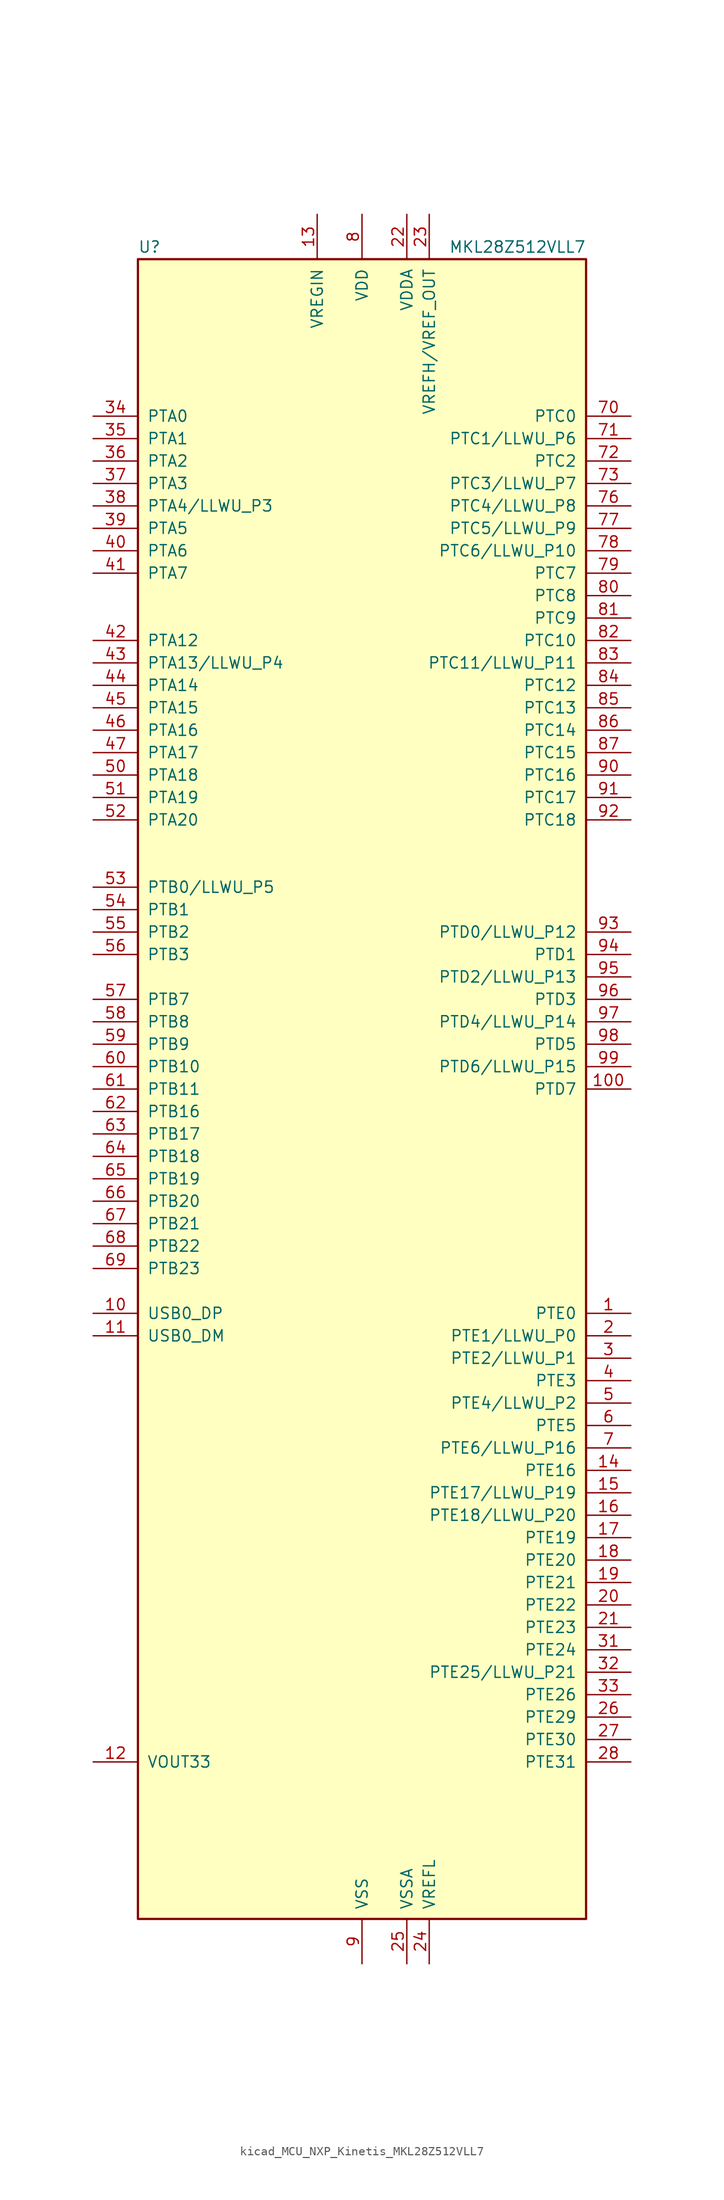
<source format=kicad_sym>
(kicad_symbol_lib
  (version 20220914)
  (generator kicad_symbol_editor)
  (symbol "kicad_MCU_NXP_Kinetis_MKL28Z512VLL7"
    (pin_names
      (offset 1.016))
    (property "Reference" "U"
      (at -25.4 94.615 0)
      (effects (font (size 1.27 1.27)) (justify left bottom)))
    (property "Value" "MKL28Z512VLL7"
      (at 25.4 94.615 0)
      (effects (font (size 1.27 1.27)) (justify right bottom)))
    (symbol "kicad_MCU_NXP_Kinetis_MKL28Z512VLL7_0_1"
      (rectangle (start -25.4 93.98) (end 25.4 -93.98) (stroke (width 0.254) (type default)) (fill (type background))))
    (symbol "kicad_MCU_NXP_Kinetis_MKL28Z512VLL7_1_1"
      (pin bidirectional line (at 30.48 -25.4 180) (length 5.08) (name "PTE0" (effects (font (size 1.27 1.27)))) (number "1" (effects (font (size 1.27 1.27)))))
      (pin bidirectional line (at -30.48 -25.4 0) (length 5.08) (name "USB0_DP" (effects (font (size 1.27 1.27)))) (number "10" (effects (font (size 1.27 1.27)))))
      (pin bidirectional line (at 30.48 0 180) (length 5.08) (name "PTD7" (effects (font (size 1.27 1.27)))) (number "100" (effects (font (size 1.27 1.27)))))
      (pin bidirectional line (at -30.48 -27.94 0) (length 5.08) (name "USB0_DM" (effects (font (size 1.27 1.27)))) (number "11" (effects (font (size 1.27 1.27)))))
      (pin power_out line (at -30.48 -76.2 0) (length 5.08) (name "VOUT33" (effects (font (size 1.27 1.27)))) (number "12" (effects (font (size 1.27 1.27)))))
      (pin power_in line (at -5.08 99.06 270) (length 5.08) (name "VREGIN" (effects (font (size 1.27 1.27)))) (number "13" (effects (font (size 1.27 1.27)))))
      (pin bidirectional line (at 30.48 -43.18 180) (length 5.08) (name "PTE16" (effects (font (size 1.27 1.27)))) (number "14" (effects (font (size 1.27 1.27)))))
      (pin bidirectional line (at 30.48 -45.72 180) (length 5.08) (name "PTE17/LLWU_P19" (effects (font (size 1.27 1.27)))) (number "15" (effects (font (size 1.27 1.27)))))
      (pin bidirectional line (at 30.48 -48.26 180) (length 5.08) (name "PTE18/LLWU_P20" (effects (font (size 1.27 1.27)))) (number "16" (effects (font (size 1.27 1.27)))))
      (pin bidirectional line (at 30.48 -50.8 180) (length 5.08) (name "PTE19" (effects (font (size 1.27 1.27)))) (number "17" (effects (font (size 1.27 1.27)))))
      (pin bidirectional line (at 30.48 -53.34 180) (length 5.08) (name "PTE20" (effects (font (size 1.27 1.27)))) (number "18" (effects (font (size 1.27 1.27)))))
      (pin bidirectional line (at 30.48 -55.88 180) (length 5.08) (name "PTE21" (effects (font (size 1.27 1.27)))) (number "19" (effects (font (size 1.27 1.27)))))
      (pin bidirectional line (at 30.48 -27.94 180) (length 5.08) (name "PTE1/LLWU_P0" (effects (font (size 1.27 1.27)))) (number "2" (effects (font (size 1.27 1.27)))))
      (pin bidirectional line (at 30.48 -58.42 180) (length 5.08) (name "PTE22" (effects (font (size 1.27 1.27)))) (number "20" (effects (font (size 1.27 1.27)))))
      (pin bidirectional line (at 30.48 -60.96 180) (length 5.08) (name "PTE23" (effects (font (size 1.27 1.27)))) (number "21" (effects (font (size 1.27 1.27)))))
      (pin power_in line (at 5.08 99.06 270) (length 5.08) (name "VDDA" (effects (font (size 1.27 1.27)))) (number "22" (effects (font (size 1.27 1.27)))))
      (pin power_in line (at 7.62 99.06 270) (length 5.08) (name "VREFH/VREF_OUT" (effects (font (size 1.27 1.27)))) (number "23" (effects (font (size 1.27 1.27)))))
      (pin power_in line (at 7.62 -99.06 90) (length 5.08) (name "VREFL" (effects (font (size 1.27 1.27)))) (number "24" (effects (font (size 1.27 1.27)))))
      (pin power_in line (at 5.08 -99.06 90) (length 5.08) (name "VSSA" (effects (font (size 1.27 1.27)))) (number "25" (effects (font (size 1.27 1.27)))))
      (pin bidirectional line (at 30.48 -71.12 180) (length 5.08) (name "PTE29" (effects (font (size 1.27 1.27)))) (number "26" (effects (font (size 1.27 1.27)))))
      (pin bidirectional line (at 30.48 -73.66 180) (length 5.08) (name "PTE30" (effects (font (size 1.27 1.27)))) (number "27" (effects (font (size 1.27 1.27)))))
      (pin bidirectional line (at 30.48 -76.2 180) (length 5.08) (name "PTE31" (effects (font (size 1.27 1.27)))) (number "28" (effects (font (size 1.27 1.27)))))
      (pin passive line (at 0 -99.06 90) (length 5.08) hide (name "VSS" (effects (font (size 1.27 1.27)))) (number "29" (effects (font (size 1.27 1.27)))))
      (pin bidirectional line (at 30.48 -30.48 180) (length 5.08) (name "PTE2/LLWU_P1" (effects (font (size 1.27 1.27)))) (number "3" (effects (font (size 1.27 1.27)))))
      (pin passive line (at 0 99.06 270) (length 5.08) hide (name "VDD" (effects (font (size 1.27 1.27)))) (number "30" (effects (font (size 1.27 1.27)))))
      (pin bidirectional line (at 30.48 -63.5 180) (length 5.08) (name "PTE24" (effects (font (size 1.27 1.27)))) (number "31" (effects (font (size 1.27 1.27)))))
      (pin bidirectional line (at 30.48 -66.04 180) (length 5.08) (name "PTE25/LLWU_P21" (effects (font (size 1.27 1.27)))) (number "32" (effects (font (size 1.27 1.27)))))
      (pin bidirectional line (at 30.48 -68.58 180) (length 5.08) (name "PTE26" (effects (font (size 1.27 1.27)))) (number "33" (effects (font (size 1.27 1.27)))))
      (pin bidirectional line (at -30.48 76.2 0) (length 5.08) (name "PTA0" (effects (font (size 1.27 1.27)))) (number "34" (effects (font (size 1.27 1.27)))))
      (pin bidirectional line (at -30.48 73.66 0) (length 5.08) (name "PTA1" (effects (font (size 1.27 1.27)))) (number "35" (effects (font (size 1.27 1.27)))))
      (pin bidirectional line (at -30.48 71.12 0) (length 5.08) (name "PTA2" (effects (font (size 1.27 1.27)))) (number "36" (effects (font (size 1.27 1.27)))))
      (pin bidirectional line (at -30.48 68.58 0) (length 5.08) (name "PTA3" (effects (font (size 1.27 1.27)))) (number "37" (effects (font (size 1.27 1.27)))))
      (pin bidirectional line (at -30.48 66.04 0) (length 5.08) (name "PTA4/LLWU_P3" (effects (font (size 1.27 1.27)))) (number "38" (effects (font (size 1.27 1.27)))))
      (pin bidirectional line (at -30.48 63.5 0) (length 5.08) (name "PTA5" (effects (font (size 1.27 1.27)))) (number "39" (effects (font (size 1.27 1.27)))))
      (pin bidirectional line (at 30.48 -33.02 180) (length 5.08) (name "PTE3" (effects (font (size 1.27 1.27)))) (number "4" (effects (font (size 1.27 1.27)))))
      (pin bidirectional line (at -30.48 60.96 0) (length 5.08) (name "PTA6" (effects (font (size 1.27 1.27)))) (number "40" (effects (font (size 1.27 1.27)))))
      (pin bidirectional line (at -30.48 58.42 0) (length 5.08) (name "PTA7" (effects (font (size 1.27 1.27)))) (number "41" (effects (font (size 1.27 1.27)))))
      (pin bidirectional line (at -30.48 50.8 0) (length 5.08) (name "PTA12" (effects (font (size 1.27 1.27)))) (number "42" (effects (font (size 1.27 1.27)))))
      (pin bidirectional line (at -30.48 48.26 0) (length 5.08) (name "PTA13/LLWU_P4" (effects (font (size 1.27 1.27)))) (number "43" (effects (font (size 1.27 1.27)))))
      (pin bidirectional line (at -30.48 45.72 0) (length 5.08) (name "PTA14" (effects (font (size 1.27 1.27)))) (number "44" (effects (font (size 1.27 1.27)))))
      (pin bidirectional line (at -30.48 43.18 0) (length 5.08) (name "PTA15" (effects (font (size 1.27 1.27)))) (number "45" (effects (font (size 1.27 1.27)))))
      (pin bidirectional line (at -30.48 40.64 0) (length 5.08) (name "PTA16" (effects (font (size 1.27 1.27)))) (number "46" (effects (font (size 1.27 1.27)))))
      (pin bidirectional line (at -30.48 38.1 0) (length 5.08) (name "PTA17" (effects (font (size 1.27 1.27)))) (number "47" (effects (font (size 1.27 1.27)))))
      (pin passive line (at 0 99.06 270) (length 5.08) hide (name "VDD" (effects (font (size 1.27 1.27)))) (number "48" (effects (font (size 1.27 1.27)))))
      (pin passive line (at 0 -99.06 90) (length 5.08) hide (name "VSS" (effects (font (size 1.27 1.27)))) (number "49" (effects (font (size 1.27 1.27)))))
      (pin bidirectional line (at 30.48 -35.56 180) (length 5.08) (name "PTE4/LLWU_P2" (effects (font (size 1.27 1.27)))) (number "5" (effects (font (size 1.27 1.27)))))
      (pin bidirectional line (at -30.48 35.56 0) (length 5.08) (name "PTA18" (effects (font (size 1.27 1.27)))) (number "50" (effects (font (size 1.27 1.27)))))
      (pin bidirectional line (at -30.48 33.02 0) (length 5.08) (name "PTA19" (effects (font (size 1.27 1.27)))) (number "51" (effects (font (size 1.27 1.27)))))
      (pin bidirectional line (at -30.48 30.48 0) (length 5.08) (name "PTA20" (effects (font (size 1.27 1.27)))) (number "52" (effects (font (size 1.27 1.27)))))
      (pin bidirectional line (at -30.48 22.86 0) (length 5.08) (name "PTB0/LLWU_P5" (effects (font (size 1.27 1.27)))) (number "53" (effects (font (size 1.27 1.27)))))
      (pin bidirectional line (at -30.48 20.32 0) (length 5.08) (name "PTB1" (effects (font (size 1.27 1.27)))) (number "54" (effects (font (size 1.27 1.27)))))
      (pin bidirectional line (at -30.48 17.78 0) (length 5.08) (name "PTB2" (effects (font (size 1.27 1.27)))) (number "55" (effects (font (size 1.27 1.27)))))
      (pin bidirectional line (at -30.48 15.24 0) (length 5.08) (name "PTB3" (effects (font (size 1.27 1.27)))) (number "56" (effects (font (size 1.27 1.27)))))
      (pin bidirectional line (at -30.48 10.16 0) (length 5.08) (name "PTB7" (effects (font (size 1.27 1.27)))) (number "57" (effects (font (size 1.27 1.27)))))
      (pin bidirectional line (at -30.48 7.62 0) (length 5.08) (name "PTB8" (effects (font (size 1.27 1.27)))) (number "58" (effects (font (size 1.27 1.27)))))
      (pin bidirectional line (at -30.48 5.08 0) (length 5.08) (name "PTB9" (effects (font (size 1.27 1.27)))) (number "59" (effects (font (size 1.27 1.27)))))
      (pin bidirectional line (at 30.48 -38.1 180) (length 5.08) (name "PTE5" (effects (font (size 1.27 1.27)))) (number "6" (effects (font (size 1.27 1.27)))))
      (pin bidirectional line (at -30.48 2.54 0) (length 5.08) (name "PTB10" (effects (font (size 1.27 1.27)))) (number "60" (effects (font (size 1.27 1.27)))))
      (pin bidirectional line (at -30.48 0 0) (length 5.08) (name "PTB11" (effects (font (size 1.27 1.27)))) (number "61" (effects (font (size 1.27 1.27)))))
      (pin bidirectional line (at -30.48 -2.54 0) (length 5.08) (name "PTB16" (effects (font (size 1.27 1.27)))) (number "62" (effects (font (size 1.27 1.27)))))
      (pin bidirectional line (at -30.48 -5.08 0) (length 5.08) (name "PTB17" (effects (font (size 1.27 1.27)))) (number "63" (effects (font (size 1.27 1.27)))))
      (pin bidirectional line (at -30.48 -7.62 0) (length 5.08) (name "PTB18" (effects (font (size 1.27 1.27)))) (number "64" (effects (font (size 1.27 1.27)))))
      (pin bidirectional line (at -30.48 -10.16 0) (length 5.08) (name "PTB19" (effects (font (size 1.27 1.27)))) (number "65" (effects (font (size 1.27 1.27)))))
      (pin bidirectional line (at -30.48 -12.7 0) (length 5.08) (name "PTB20" (effects (font (size 1.27 1.27)))) (number "66" (effects (font (size 1.27 1.27)))))
      (pin bidirectional line (at -30.48 -15.24 0) (length 5.08) (name "PTB21" (effects (font (size 1.27 1.27)))) (number "67" (effects (font (size 1.27 1.27)))))
      (pin bidirectional line (at -30.48 -17.78 0) (length 5.08) (name "PTB22" (effects (font (size 1.27 1.27)))) (number "68" (effects (font (size 1.27 1.27)))))
      (pin bidirectional line (at -30.48 -20.32 0) (length 5.08) (name "PTB23" (effects (font (size 1.27 1.27)))) (number "69" (effects (font (size 1.27 1.27)))))
      (pin bidirectional line (at 30.48 -40.64 180) (length 5.08) (name "PTE6/LLWU_P16" (effects (font (size 1.27 1.27)))) (number "7" (effects (font (size 1.27 1.27)))))
      (pin bidirectional line (at 30.48 76.2 180) (length 5.08) (name "PTC0" (effects (font (size 1.27 1.27)))) (number "70" (effects (font (size 1.27 1.27)))))
      (pin bidirectional line (at 30.48 73.66 180) (length 5.08) (name "PTC1/LLWU_P6" (effects (font (size 1.27 1.27)))) (number "71" (effects (font (size 1.27 1.27)))))
      (pin bidirectional line (at 30.48 71.12 180) (length 5.08) (name "PTC2" (effects (font (size 1.27 1.27)))) (number "72" (effects (font (size 1.27 1.27)))))
      (pin bidirectional line (at 30.48 68.58 180) (length 5.08) (name "PTC3/LLWU_P7" (effects (font (size 1.27 1.27)))) (number "73" (effects (font (size 1.27 1.27)))))
      (pin passive line (at 0 -99.06 90) (length 5.08) hide (name "VSS" (effects (font (size 1.27 1.27)))) (number "74" (effects (font (size 1.27 1.27)))))
      (pin passive line (at 0 99.06 270) (length 5.08) hide (name "VDD" (effects (font (size 1.27 1.27)))) (number "75" (effects (font (size 1.27 1.27)))))
      (pin bidirectional line (at 30.48 66.04 180) (length 5.08) (name "PTC4/LLWU_P8" (effects (font (size 1.27 1.27)))) (number "76" (effects (font (size 1.27 1.27)))))
      (pin bidirectional line (at 30.48 63.5 180) (length 5.08) (name "PTC5/LLWU_P9" (effects (font (size 1.27 1.27)))) (number "77" (effects (font (size 1.27 1.27)))))
      (pin bidirectional line (at 30.48 60.96 180) (length 5.08) (name "PTC6/LLWU_P10" (effects (font (size 1.27 1.27)))) (number "78" (effects (font (size 1.27 1.27)))))
      (pin bidirectional line (at 30.48 58.42 180) (length 5.08) (name "PTC7" (effects (font (size 1.27 1.27)))) (number "79" (effects (font (size 1.27 1.27)))))
      (pin power_in line (at 0 99.06 270) (length 5.08) (name "VDD" (effects (font (size 1.27 1.27)))) (number "8" (effects (font (size 1.27 1.27)))))
      (pin bidirectional line (at 30.48 55.88 180) (length 5.08) (name "PTC8" (effects (font (size 1.27 1.27)))) (number "80" (effects (font (size 1.27 1.27)))))
      (pin bidirectional line (at 30.48 53.34 180) (length 5.08) (name "PTC9" (effects (font (size 1.27 1.27)))) (number "81" (effects (font (size 1.27 1.27)))))
      (pin bidirectional line (at 30.48 50.8 180) (length 5.08) (name "PTC10" (effects (font (size 1.27 1.27)))) (number "82" (effects (font (size 1.27 1.27)))))
      (pin bidirectional line (at 30.48 48.26 180) (length 5.08) (name "PTC11/LLWU_P11" (effects (font (size 1.27 1.27)))) (number "83" (effects (font (size 1.27 1.27)))))
      (pin bidirectional line (at 30.48 45.72 180) (length 5.08) (name "PTC12" (effects (font (size 1.27 1.27)))) (number "84" (effects (font (size 1.27 1.27)))))
      (pin bidirectional line (at 30.48 43.18 180) (length 5.08) (name "PTC13" (effects (font (size 1.27 1.27)))) (number "85" (effects (font (size 1.27 1.27)))))
      (pin bidirectional line (at 30.48 40.64 180) (length 5.08) (name "PTC14" (effects (font (size 1.27 1.27)))) (number "86" (effects (font (size 1.27 1.27)))))
      (pin bidirectional line (at 30.48 38.1 180) (length 5.08) (name "PTC15" (effects (font (size 1.27 1.27)))) (number "87" (effects (font (size 1.27 1.27)))))
      (pin passive line (at 0 -99.06 90) (length 5.08) hide (name "VSS" (effects (font (size 1.27 1.27)))) (number "88" (effects (font (size 1.27 1.27)))))
      (pin passive line (at 0 99.06 270) (length 5.08) hide (name "VDD" (effects (font (size 1.27 1.27)))) (number "89" (effects (font (size 1.27 1.27)))))
      (pin power_in line (at 0 -99.06 90) (length 5.08) (name "VSS" (effects (font (size 1.27 1.27)))) (number "9" (effects (font (size 1.27 1.27)))))
      (pin bidirectional line (at 30.48 35.56 180) (length 5.08) (name "PTC16" (effects (font (size 1.27 1.27)))) (number "90" (effects (font (size 1.27 1.27)))))
      (pin bidirectional line (at 30.48 33.02 180) (length 5.08) (name "PTC17" (effects (font (size 1.27 1.27)))) (number "91" (effects (font (size 1.27 1.27)))))
      (pin bidirectional line (at 30.48 30.48 180) (length 5.08) (name "PTC18" (effects (font (size 1.27 1.27)))) (number "92" (effects (font (size 1.27 1.27)))))
      (pin bidirectional line (at 30.48 17.78 180) (length 5.08) (name "PTD0/LLWU_P12" (effects (font (size 1.27 1.27)))) (number "93" (effects (font (size 1.27 1.27)))))
      (pin bidirectional line (at 30.48 15.24 180) (length 5.08) (name "PTD1" (effects (font (size 1.27 1.27)))) (number "94" (effects (font (size 1.27 1.27)))))
      (pin bidirectional line (at 30.48 12.7 180) (length 5.08) (name "PTD2/LLWU_P13" (effects (font (size 1.27 1.27)))) (number "95" (effects (font (size 1.27 1.27)))))
      (pin bidirectional line (at 30.48 10.16 180) (length 5.08) (name "PTD3" (effects (font (size 1.27 1.27)))) (number "96" (effects (font (size 1.27 1.27)))))
      (pin bidirectional line (at 30.48 7.62 180) (length 5.08) (name "PTD4/LLWU_P14" (effects (font (size 1.27 1.27)))) (number "97" (effects (font (size 1.27 1.27)))))
      (pin bidirectional line (at 30.48 5.08 180) (length 5.08) (name "PTD5" (effects (font (size 1.27 1.27)))) (number "98" (effects (font (size 1.27 1.27)))))
      (pin bidirectional line (at 30.48 2.54 180) (length 5.08) (name "PTD6/LLWU_P15" (effects (font (size 1.27 1.27)))) (number "99" (effects (font (size 1.27 1.27))))))))
</source>
